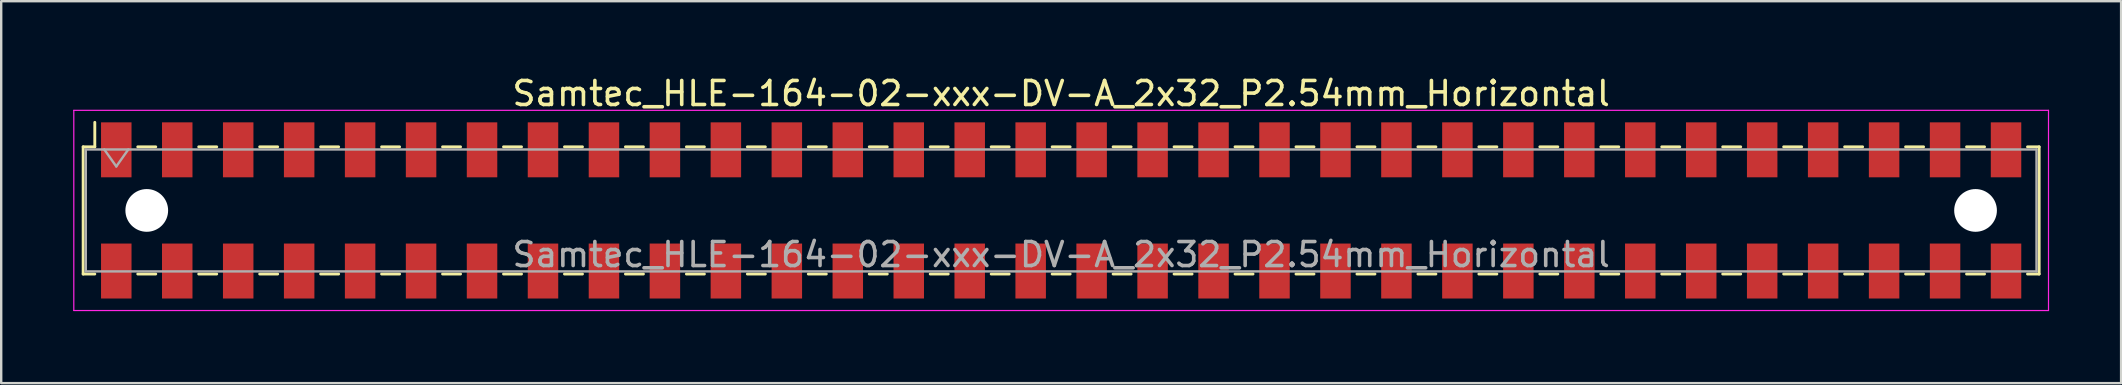
<source format=kicad_pcb>
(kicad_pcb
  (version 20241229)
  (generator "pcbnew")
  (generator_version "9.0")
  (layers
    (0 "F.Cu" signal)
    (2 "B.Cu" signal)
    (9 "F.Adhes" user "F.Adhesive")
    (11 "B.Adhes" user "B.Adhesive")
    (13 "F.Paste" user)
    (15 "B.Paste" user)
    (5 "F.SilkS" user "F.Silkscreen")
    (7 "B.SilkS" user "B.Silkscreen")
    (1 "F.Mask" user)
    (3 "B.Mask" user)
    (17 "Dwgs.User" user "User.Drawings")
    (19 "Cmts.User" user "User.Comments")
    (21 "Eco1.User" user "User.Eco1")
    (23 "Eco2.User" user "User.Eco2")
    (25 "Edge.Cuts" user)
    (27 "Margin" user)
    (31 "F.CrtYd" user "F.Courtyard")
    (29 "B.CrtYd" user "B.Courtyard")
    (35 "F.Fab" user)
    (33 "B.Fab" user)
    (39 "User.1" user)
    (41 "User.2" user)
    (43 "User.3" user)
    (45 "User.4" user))
  (footprint "Samtec_HLE-164-02-xxx-DV-A_2x32_P2.54mm_Horizontal"
    (layer "F.Cu")
    (at 41.165 5.718)
    (property "Reference" "Samtec_HLE-164-02-xxx-DV-A_2x32_P2.54mm_Horizontal" (at 0 -4.87 0) (layer "F.SilkS") (effects (font (size 1 1) (thickness 0.15))))
    (attr smd)
    (fp_line (start -40.75 -2.65) (end -40.75 2.65) (stroke (width 0.12) (type solid)) (layer "F.SilkS"))
    (fp_line (start -40.75 2.65) (end -40.265 2.65) (stroke (width 0.12) (type solid)) (layer "F.SilkS"))
    (fp_line (start -40.265 -3.67) (end -40.265 -2.65) (stroke (width 0.12) (type solid)) (layer "F.SilkS"))
    (fp_line (start -40.265 -2.65) (end -40.75 -2.65) (stroke (width 0.12) (type solid)) (layer "F.SilkS"))
    (fp_line (start -38.475 -2.65) (end -37.725 -2.65) (stroke (width 0.12) (type solid)) (layer "F.SilkS"))
    (fp_line (start -38.475 2.65) (end -37.725 2.65) (stroke (width 0.12) (type solid)) (layer "F.SilkS"))
    (fp_line (start -35.935 -2.65) (end -35.185 -2.65) (stroke (width 0.12) (type solid)) (layer "F.SilkS"))
    (fp_line (start -35.935 2.65) (end -35.185 2.65) (stroke (width 0.12) (type solid)) (layer "F.SilkS"))
    (fp_line (start -33.395 -2.65) (end -32.645 -2.65) (stroke (width 0.12) (type solid)) (layer "F.SilkS"))
    (fp_line (start -33.395 2.65) (end -32.645 2.65) (stroke (width 0.12) (type solid)) (layer "F.SilkS"))
    (fp_line (start -30.855 -2.65) (end -30.105 -2.65) (stroke (width 0.12) (type solid)) (layer "F.SilkS"))
    (fp_line (start -30.855 2.65) (end -30.105 2.65) (stroke (width 0.12) (type solid)) (layer "F.SilkS"))
    (fp_line (start -28.315 -2.65) (end -27.565 -2.65) (stroke (width 0.12) (type solid)) (layer "F.SilkS"))
    (fp_line (start -28.315 2.65) (end -27.565 2.65) (stroke (width 0.12) (type solid)) (layer "F.SilkS"))
    (fp_line (start -25.775 -2.65) (end -25.025 -2.65) (stroke (width 0.12) (type solid)) (layer "F.SilkS"))
    (fp_line (start -25.775 2.65) (end -25.025 2.65) (stroke (width 0.12) (type solid)) (layer "F.SilkS"))
    (fp_line (start -23.235 -2.65) (end -22.485 -2.65) (stroke (width 0.12) (type solid)) (layer "F.SilkS"))
    (fp_line (start -23.235 2.65) (end -22.485 2.65) (stroke (width 0.12) (type solid)) (layer "F.SilkS"))
    (fp_line (start -20.695 -2.65) (end -19.945 -2.65) (stroke (width 0.12) (type solid)) (layer "F.SilkS"))
    (fp_line (start -20.695 2.65) (end -19.945 2.65) (stroke (width 0.12) (type solid)) (layer "F.SilkS"))
    (fp_line (start -18.155 -2.65) (end -17.405 -2.65) (stroke (width 0.12) (type solid)) (layer "F.SilkS"))
    (fp_line (start -18.155 2.65) (end -17.405 2.65) (stroke (width 0.12) (type solid)) (layer "F.SilkS"))
    (fp_line (start -15.615 -2.65) (end -14.865 -2.65) (stroke (width 0.12) (type solid)) (layer "F.SilkS"))
    (fp_line (start -15.615 2.65) (end -14.865 2.65) (stroke (width 0.12) (type solid)) (layer "F.SilkS"))
    (fp_line (start -13.075 -2.65) (end -12.325 -2.65) (stroke (width 0.12) (type solid)) (layer "F.SilkS"))
    (fp_line (start -13.075 2.65) (end -12.325 2.65) (stroke (width 0.12) (type solid)) (layer "F.SilkS"))
    (fp_line (start -10.535 -2.65) (end -9.785 -2.65) (stroke (width 0.12) (type solid)) (layer "F.SilkS"))
    (fp_line (start -10.535 2.65) (end -9.785 2.65) (stroke (width 0.12) (type solid)) (layer "F.SilkS"))
    (fp_line (start -7.995 -2.65) (end -7.245 -2.65) (stroke (width 0.12) (type solid)) (layer "F.SilkS"))
    (fp_line (start -7.995 2.65) (end -7.245 2.65) (stroke (width 0.12) (type solid)) (layer "F.SilkS"))
    (fp_line (start -5.455 -2.65) (end -4.705 -2.65) (stroke (width 0.12) (type solid)) (layer "F.SilkS"))
    (fp_line (start -5.455 2.65) (end -4.705 2.65) (stroke (width 0.12) (type solid)) (layer "F.SilkS"))
    (fp_line (start -2.915 -2.65) (end -2.165 -2.65) (stroke (width 0.12) (type solid)) (layer "F.SilkS"))
    (fp_line (start -2.915 2.65) (end -2.165 2.65) (stroke (width 0.12) (type solid)) (layer "F.SilkS"))
    (fp_line (start -0.375 -2.65) (end 0.375 -2.65) (stroke (width 0.12) (type solid)) (layer "F.SilkS"))
    (fp_line (start -0.375 2.65) (end 0.375 2.65) (stroke (width 0.12) (type solid)) (layer "F.SilkS"))
    (fp_line (start 2.165 -2.65) (end 2.915 -2.65) (stroke (width 0.12) (type solid)) (layer "F.SilkS"))
    (fp_line (start 2.165 2.65) (end 2.915 2.65) (stroke (width 0.12) (type solid)) (layer "F.SilkS"))
    (fp_line (start 4.705 -2.65) (end 5.455 -2.65) (stroke (width 0.12) (type solid)) (layer "F.SilkS"))
    (fp_line (start 4.705 2.65) (end 5.455 2.65) (stroke (width 0.12) (type solid)) (layer "F.SilkS"))
    (fp_line (start 7.245 -2.65) (end 7.995 -2.65) (stroke (width 0.12) (type solid)) (layer "F.SilkS"))
    (fp_line (start 7.245 2.65) (end 7.995 2.65) (stroke (width 0.12) (type solid)) (layer "F.SilkS"))
    (fp_line (start 9.785 -2.65) (end 10.535 -2.65) (stroke (width 0.12) (type solid)) (layer "F.SilkS"))
    (fp_line (start 9.785 2.65) (end 10.535 2.65) (stroke (width 0.12) (type solid)) (layer "F.SilkS"))
    (fp_line (start 12.325 -2.65) (end 13.075 -2.65) (stroke (width 0.12) (type solid)) (layer "F.SilkS"))
    (fp_line (start 12.325 2.65) (end 13.075 2.65) (stroke (width 0.12) (type solid)) (layer "F.SilkS"))
    (fp_line (start 14.865 -2.65) (end 15.615 -2.65) (stroke (width 0.12) (type solid)) (layer "F.SilkS"))
    (fp_line (start 14.865 2.65) (end 15.615 2.65) (stroke (width 0.12) (type solid)) (layer "F.SilkS"))
    (fp_line (start 17.405 -2.65) (end 18.155 -2.65) (stroke (width 0.12) (type solid)) (layer "F.SilkS"))
    (fp_line (start 17.405 2.65) (end 18.155 2.65) (stroke (width 0.12) (type solid)) (layer "F.SilkS"))
    (fp_line (start 19.945 -2.65) (end 20.695 -2.65) (stroke (width 0.12) (type solid)) (layer "F.SilkS"))
    (fp_line (start 19.945 2.65) (end 20.695 2.65) (stroke (width 0.12) (type solid)) (layer "F.SilkS"))
    (fp_line (start 22.485 -2.65) (end 23.235 -2.65) (stroke (width 0.12) (type solid)) (layer "F.SilkS"))
    (fp_line (start 22.485 2.65) (end 23.235 2.65) (stroke (width 0.12) (type solid)) (layer "F.SilkS"))
    (fp_line (start 25.025 -2.65) (end 25.775 -2.65) (stroke (width 0.12) (type solid)) (layer "F.SilkS"))
    (fp_line (start 25.025 2.65) (end 25.775 2.65) (stroke (width 0.12) (type solid)) (layer "F.SilkS"))
    (fp_line (start 27.565 -2.65) (end 28.315 -2.65) (stroke (width 0.12) (type solid)) (layer "F.SilkS"))
    (fp_line (start 27.565 2.65) (end 28.315 2.65) (stroke (width 0.12) (type solid)) (layer "F.SilkS"))
    (fp_line (start 30.105 -2.65) (end 30.855 -2.65) (stroke (width 0.12) (type solid)) (layer "F.SilkS"))
    (fp_line (start 30.105 2.65) (end 30.855 2.65) (stroke (width 0.12) (type solid)) (layer "F.SilkS"))
    (fp_line (start 32.645 -2.65) (end 33.395 -2.65) (stroke (width 0.12) (type solid)) (layer "F.SilkS"))
    (fp_line (start 32.645 2.65) (end 33.395 2.65) (stroke (width 0.12) (type solid)) (layer "F.SilkS"))
    (fp_line (start 35.185 -2.65) (end 35.935 -2.65) (stroke (width 0.12) (type solid)) (layer "F.SilkS"))
    (fp_line (start 35.185 2.65) (end 35.935 2.65) (stroke (width 0.12) (type solid)) (layer "F.SilkS"))
    (fp_line (start 37.725 -2.65) (end 38.475 -2.65) (stroke (width 0.12) (type solid)) (layer "F.SilkS"))
    (fp_line (start 37.725 2.65) (end 38.475 2.65) (stroke (width 0.12) (type solid)) (layer "F.SilkS"))
    (fp_line (start 40.265 -2.65) (end 40.75 -2.65) (stroke (width 0.12) (type solid)) (layer "F.SilkS"))
    (fp_line (start 40.75 -2.65) (end 40.75 2.65) (stroke (width 0.12) (type solid)) (layer "F.SilkS"))
    (fp_line (start 40.75 2.65) (end 40.265 2.65) (stroke (width 0.12) (type solid)) (layer "F.SilkS"))
    (fp_line (start -41.14 -4.17) (end 41.14 -4.17) (stroke (width 0.05) (type solid)) (layer "F.CrtYd"))
    (fp_line (start -41.14 4.17) (end -41.14 -4.17) (stroke (width 0.05) (type solid)) (layer "F.CrtYd"))
    (fp_line (start 41.14 -4.17) (end 41.14 4.17) (stroke (width 0.05) (type solid)) (layer "F.CrtYd"))
    (fp_line (start 41.14 4.17) (end -41.14 4.17) (stroke (width 0.05) (type solid)) (layer "F.CrtYd"))
    (fp_line (start -40.64 -2.54) (end 40.64 -2.54) (stroke (width 0.1) (type solid)) (layer "F.Fab"))
    (fp_line (start -40.64 2.54) (end -40.64 -2.54) (stroke (width 0.1) (type solid)) (layer "F.Fab"))
    (fp_line (start -39.87 -2.54) (end -39.37 -1.833) (stroke (width 0.1) (type solid)) (layer "F.Fab"))
    (fp_line (start -39.37 -1.833) (end -38.87 -2.54) (stroke (width 0.1) (type solid)) (layer "F.Fab"))
    (fp_line (start 40.64 -2.54) (end 40.64 2.54) (stroke (width 0.1) (type solid)) (layer "F.Fab"))
    (fp_line (start 40.64 2.54) (end -40.64 2.54) (stroke (width 0.1) (type solid)) (layer "F.Fab"))
    (fp_text user "${REFERENCE}" (at 0 1.84 0) (layer "F.Fab") (effects (font (size 1 1) (thickness 0.15))))
    (pad "" np_thru_hole circle (at -38.1 0) (size 1.78 1.78) (drill 1.78) (layers "*.Cu" "*.Mask"))
    (pad "" np_thru_hole circle (at 38.1 0) (size 1.78 1.78) (drill 1.78) (layers "*.Cu" "*.Mask"))
    (pad "1" smd rect (at -39.37 -2.525) (size 1.27 2.29) (layers "F.Cu" "F.Mask" "F.Paste"))
    (pad "2" smd rect (at -39.37 2.525) (size 1.27 2.29) (layers "F.Cu" "F.Mask" "F.Paste"))
    (pad "3" smd rect (at -36.83 -2.525) (size 1.27 2.29) (layers "F.Cu" "F.Mask" "F.Paste"))
    (pad "4" smd rect (at -36.83 2.525) (size 1.27 2.29) (layers "F.Cu" "F.Mask" "F.Paste"))
    (pad "5" smd rect (at -34.29 -2.525) (size 1.27 2.29) (layers "F.Cu" "F.Mask" "F.Paste"))
    (pad "6" smd rect (at -34.29 2.525) (size 1.27 2.29) (layers "F.Cu" "F.Mask" "F.Paste"))
    (pad "7" smd rect (at -31.75 -2.525) (size 1.27 2.29) (layers "F.Cu" "F.Mask" "F.Paste"))
    (pad "8" smd rect (at -31.75 2.525) (size 1.27 2.29) (layers "F.Cu" "F.Mask" "F.Paste"))
    (pad "9" smd rect (at -29.21 -2.525) (size 1.27 2.29) (layers "F.Cu" "F.Mask" "F.Paste"))
    (pad "10" smd rect (at -29.21 2.525) (size 1.27 2.29) (layers "F.Cu" "F.Mask" "F.Paste"))
    (pad "11" smd rect (at -26.67 -2.525) (size 1.27 2.29) (layers "F.Cu" "F.Mask" "F.Paste"))
    (pad "12" smd rect (at -26.67 2.525) (size 1.27 2.29) (layers "F.Cu" "F.Mask" "F.Paste"))
    (pad "13" smd rect (at -24.13 -2.525) (size 1.27 2.29) (layers "F.Cu" "F.Mask" "F.Paste"))
    (pad "14" smd rect (at -24.13 2.525) (size 1.27 2.29) (layers "F.Cu" "F.Mask" "F.Paste"))
    (pad "15" smd rect (at -21.59 -2.525) (size 1.27 2.29) (layers "F.Cu" "F.Mask" "F.Paste"))
    (pad "16" smd rect (at -21.59 2.525) (size 1.27 2.29) (layers "F.Cu" "F.Mask" "F.Paste"))
    (pad "17" smd rect (at -19.05 -2.525) (size 1.27 2.29) (layers "F.Cu" "F.Mask" "F.Paste"))
    (pad "18" smd rect (at -19.05 2.525) (size 1.27 2.29) (layers "F.Cu" "F.Mask" "F.Paste"))
    (pad "19" smd rect (at -16.51 -2.525) (size 1.27 2.29) (layers "F.Cu" "F.Mask" "F.Paste"))
    (pad "20" smd rect (at -16.51 2.525) (size 1.27 2.29) (layers "F.Cu" "F.Mask" "F.Paste"))
    (pad "21" smd rect (at -13.97 -2.525) (size 1.27 2.29) (layers "F.Cu" "F.Mask" "F.Paste"))
    (pad "22" smd rect (at -13.97 2.525) (size 1.27 2.29) (layers "F.Cu" "F.Mask" "F.Paste"))
    (pad "23" smd rect (at -11.43 -2.525) (size 1.27 2.29) (layers "F.Cu" "F.Mask" "F.Paste"))
    (pad "24" smd rect (at -11.43 2.525) (size 1.27 2.29) (layers "F.Cu" "F.Mask" "F.Paste"))
    (pad "25" smd rect (at -8.89 -2.525) (size 1.27 2.29) (layers "F.Cu" "F.Mask" "F.Paste"))
    (pad "26" smd rect (at -8.89 2.525) (size 1.27 2.29) (layers "F.Cu" "F.Mask" "F.Paste"))
    (pad "27" smd rect (at -6.35 -2.525) (size 1.27 2.29) (layers "F.Cu" "F.Mask" "F.Paste"))
    (pad "28" smd rect (at -6.35 2.525) (size 1.27 2.29) (layers "F.Cu" "F.Mask" "F.Paste"))
    (pad "29" smd rect (at -3.81 -2.525) (size 1.27 2.29) (layers "F.Cu" "F.Mask" "F.Paste"))
    (pad "30" smd rect (at -3.81 2.525) (size 1.27 2.29) (layers "F.Cu" "F.Mask" "F.Paste"))
    (pad "31" smd rect (at -1.27 -2.525) (size 1.27 2.29) (layers "F.Cu" "F.Mask" "F.Paste"))
    (pad "32" smd rect (at -1.27 2.525) (size 1.27 2.29) (layers "F.Cu" "F.Mask" "F.Paste"))
    (pad "33" smd rect (at 1.27 -2.525) (size 1.27 2.29) (layers "F.Cu" "F.Mask" "F.Paste"))
    (pad "34" smd rect (at 1.27 2.525) (size 1.27 2.29) (layers "F.Cu" "F.Mask" "F.Paste"))
    (pad "35" smd rect (at 3.81 -2.525) (size 1.27 2.29) (layers "F.Cu" "F.Mask" "F.Paste"))
    (pad "36" smd rect (at 3.81 2.525) (size 1.27 2.29) (layers "F.Cu" "F.Mask" "F.Paste"))
    (pad "37" smd rect (at 6.35 -2.525) (size 1.27 2.29) (layers "F.Cu" "F.Mask" "F.Paste"))
    (pad "38" smd rect (at 6.35 2.525) (size 1.27 2.29) (layers "F.Cu" "F.Mask" "F.Paste"))
    (pad "39" smd rect (at 8.89 -2.525) (size 1.27 2.29) (layers "F.Cu" "F.Mask" "F.Paste"))
    (pad "40" smd rect (at 8.89 2.525) (size 1.27 2.29) (layers "F.Cu" "F.Mask" "F.Paste"))
    (pad "41" smd rect (at 11.43 -2.525) (size 1.27 2.29) (layers "F.Cu" "F.Mask" "F.Paste"))
    (pad "42" smd rect (at 11.43 2.525) (size 1.27 2.29) (layers "F.Cu" "F.Mask" "F.Paste"))
    (pad "43" smd rect (at 13.97 -2.525) (size 1.27 2.29) (layers "F.Cu" "F.Mask" "F.Paste"))
    (pad "44" smd rect (at 13.97 2.525) (size 1.27 2.29) (layers "F.Cu" "F.Mask" "F.Paste"))
    (pad "45" smd rect (at 16.51 -2.525) (size 1.27 2.29) (layers "F.Cu" "F.Mask" "F.Paste"))
    (pad "46" smd rect (at 16.51 2.525) (size 1.27 2.29) (layers "F.Cu" "F.Mask" "F.Paste"))
    (pad "47" smd rect (at 19.05 -2.525) (size 1.27 2.29) (layers "F.Cu" "F.Mask" "F.Paste"))
    (pad "48" smd rect (at 19.05 2.525) (size 1.27 2.29) (layers "F.Cu" "F.Mask" "F.Paste"))
    (pad "49" smd rect (at 21.59 -2.525) (size 1.27 2.29) (layers "F.Cu" "F.Mask" "F.Paste"))
    (pad "50" smd rect (at 21.59 2.525) (size 1.27 2.29) (layers "F.Cu" "F.Mask" "F.Paste"))
    (pad "51" smd rect (at 24.13 -2.525) (size 1.27 2.29) (layers "F.Cu" "F.Mask" "F.Paste"))
    (pad "52" smd rect (at 24.13 2.525) (size 1.27 2.29) (layers "F.Cu" "F.Mask" "F.Paste"))
    (pad "53" smd rect (at 26.67 -2.525) (size 1.27 2.29) (layers "F.Cu" "F.Mask" "F.Paste"))
    (pad "54" smd rect (at 26.67 2.525) (size 1.27 2.29) (layers "F.Cu" "F.Mask" "F.Paste"))
    (pad "55" smd rect (at 29.21 -2.525) (size 1.27 2.29) (layers "F.Cu" "F.Mask" "F.Paste"))
    (pad "56" smd rect (at 29.21 2.525) (size 1.27 2.29) (layers "F.Cu" "F.Mask" "F.Paste"))
    (pad "57" smd rect (at 31.75 -2.525) (size 1.27 2.29) (layers "F.Cu" "F.Mask" "F.Paste"))
    (pad "58" smd rect (at 31.75 2.525) (size 1.27 2.29) (layers "F.Cu" "F.Mask" "F.Paste"))
    (pad "59" smd rect (at 34.29 -2.525) (size 1.27 2.29) (layers "F.Cu" "F.Mask" "F.Paste"))
    (pad "60" smd rect (at 34.29 2.525) (size 1.27 2.29) (layers "F.Cu" "F.Mask" "F.Paste"))
    (pad "61" smd rect (at 36.83 -2.525) (size 1.27 2.29) (layers "F.Cu" "F.Mask" "F.Paste"))
    (pad "62" smd rect (at 36.83 2.525) (size 1.27 2.29) (layers "F.Cu" "F.Mask" "F.Paste"))
    (pad "63" smd rect (at 39.37 -2.525) (size 1.27 2.29) (layers "F.Cu" "F.Mask" "F.Paste"))
    (pad "64" smd rect (at 39.37 2.525) (size 1.27 2.29) (layers "F.Cu" "F.Mask" "F.Paste")))
  (gr_rect
    (start -3 -3)
    (end 85.33 12.913)
    (stroke (width 0.1) (type default))
    (fill no)
    (layer "Edge.Cuts")))
</source>
